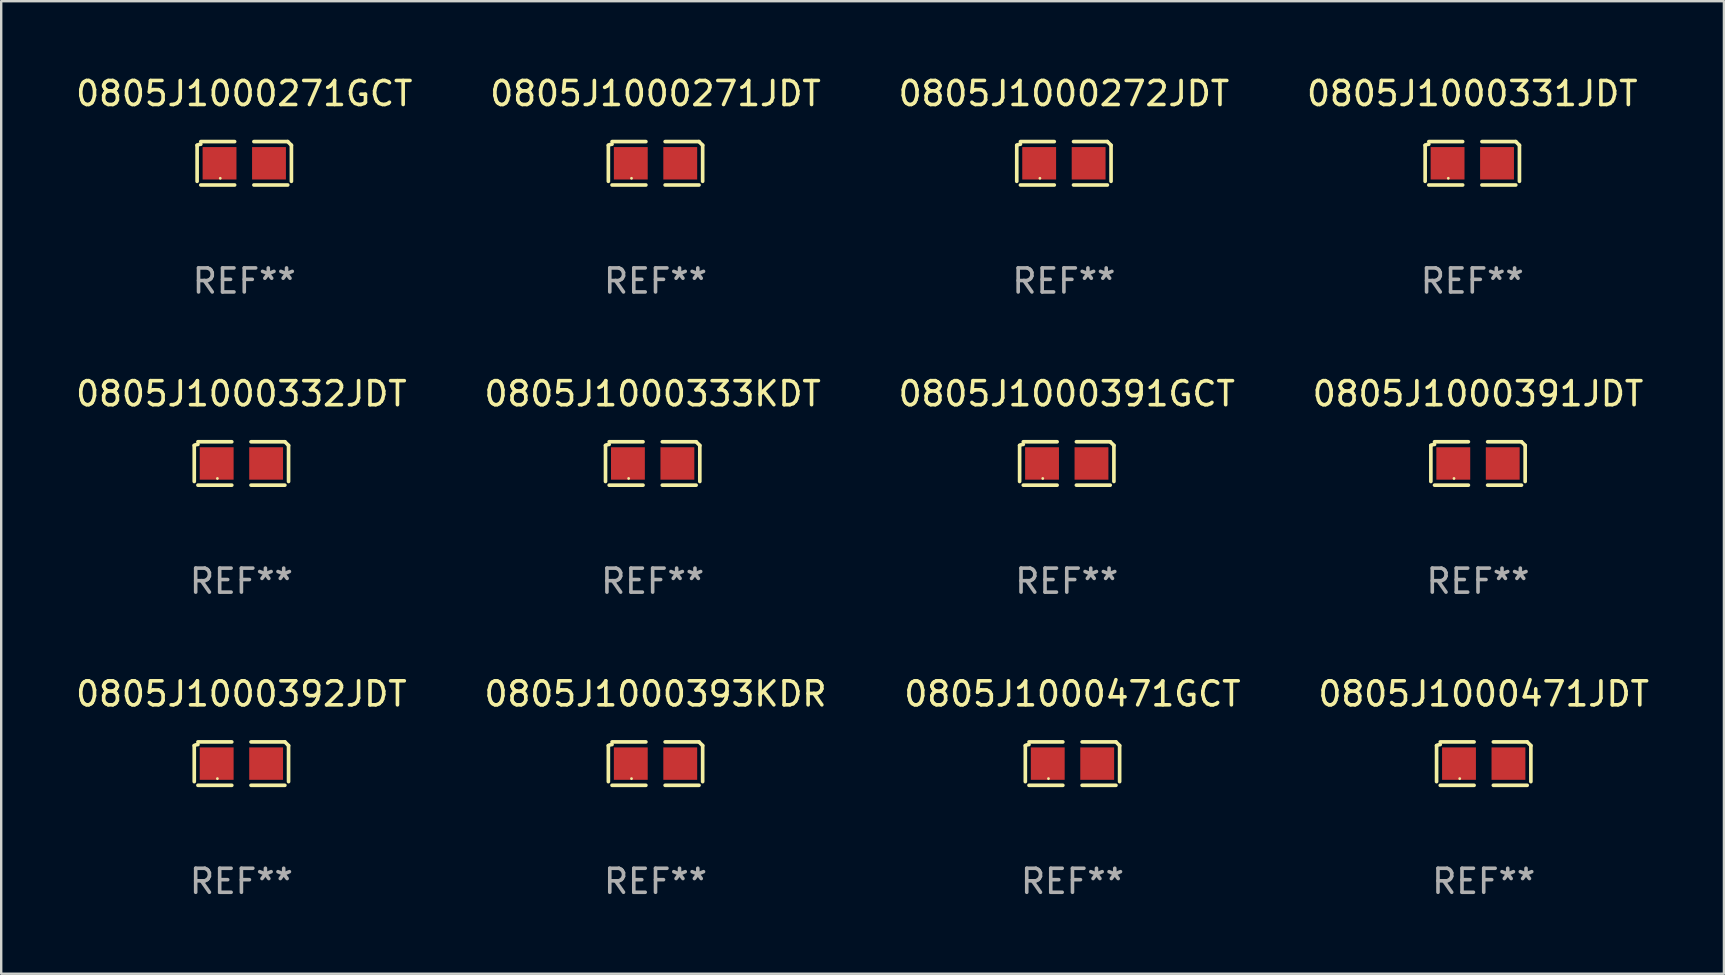
<source format=kicad_pcb>
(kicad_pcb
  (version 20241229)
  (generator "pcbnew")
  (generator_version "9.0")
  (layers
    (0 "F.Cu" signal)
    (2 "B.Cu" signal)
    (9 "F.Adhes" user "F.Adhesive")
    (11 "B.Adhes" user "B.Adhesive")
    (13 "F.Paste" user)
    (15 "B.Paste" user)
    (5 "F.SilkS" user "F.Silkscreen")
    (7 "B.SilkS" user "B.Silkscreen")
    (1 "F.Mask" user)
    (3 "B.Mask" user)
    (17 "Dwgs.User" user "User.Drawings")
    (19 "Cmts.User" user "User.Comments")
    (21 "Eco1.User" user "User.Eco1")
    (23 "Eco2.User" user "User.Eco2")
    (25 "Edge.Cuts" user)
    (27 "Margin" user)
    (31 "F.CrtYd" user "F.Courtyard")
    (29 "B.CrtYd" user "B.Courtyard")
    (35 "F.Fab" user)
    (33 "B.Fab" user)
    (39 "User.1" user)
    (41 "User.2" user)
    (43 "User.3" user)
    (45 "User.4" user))
  (footprint "0805J1000471JDT"
    (layer "F.Cu")
    (at 58.756 28.759)
    (property "Reference" "0805J1000471JDT" (at 0 -2.904 0) (layer "F.SilkS") (effects (font (size 1 1) (thickness 0.15))))
    (attr through_hole)
    (fp_line (start -1.964 0.751) (end -1.964 -0.751) (stroke (width 0.152) (type solid)) (layer "F.SilkS"))
    (fp_line (start -1.811 -0.904) (end -0.401 -0.904) (stroke (width 0.152) (type solid)) (layer "F.SilkS"))
    (fp_line (start -0.401 0.904) (end -1.811 0.904) (stroke (width 0.152) (type solid)) (layer "F.SilkS"))
    (fp_line (start 0.401 0.904) (end 1.811 0.904) (stroke (width 0.152) (type solid)) (layer "F.SilkS"))
    (fp_line (start 1.811 -0.904) (end 0.401 -0.904) (stroke (width 0.152) (type solid)) (layer "F.SilkS"))
    (fp_line (start 1.964 0.751) (end 1.964 -0.751) (stroke (width 0.152) (type solid)) (layer "F.SilkS"))
    (fp_arc (start -1.963602 -0.751207) (mid -1.890354 -0.783131) (end -1.811201 -0.794044) (stroke (width 0.1524) (type solid)) (layer "F.SilkS"))
    (fp_arc (start 1.811202 -0.903607) (mid 1.887413 -0.827418) (end 1.963602 -0.751207) (stroke (width 0.1524) (type solid)) (layer "F.SilkS"))
    (fp_circle (center -1 0.625) (end -0.97 0.625) (stroke (width 0.06) (type solid)) (fill no) (layer "F.SilkS"))
    (fp_text user "REF**" (at 0 4.904 0) (layer "F.Fab") (effects (font (size 1 1) (thickness 0.15))))
    (pad "1" smd rect (at -1.03 0) (size 1.41 1.35) (layers "F.Cu" "F.Mask" "F.Paste"))
    (pad "2" smd rect (at 1.03 0) (size 1.41 1.35) (layers "F.Cu" "F.Mask" "F.Paste")))
  (footprint "0805J1000471GCT"
    (layer "F.Cu")
    (at 41.625 28.759)
    (property "Reference" "0805J1000471GCT" (at 0 -2.904 0) (layer "F.SilkS") (effects (font (size 1 1) (thickness 0.15))))
    (attr through_hole)
    (fp_line (start -1.964 0.751) (end -1.964 -0.751) (stroke (width 0.152) (type solid)) (layer "F.SilkS"))
    (fp_line (start -1.811 -0.904) (end -0.401 -0.904) (stroke (width 0.152) (type solid)) (layer "F.SilkS"))
    (fp_line (start -0.401 0.904) (end -1.811 0.904) (stroke (width 0.152) (type solid)) (layer "F.SilkS"))
    (fp_line (start 0.401 0.904) (end 1.811 0.904) (stroke (width 0.152) (type solid)) (layer "F.SilkS"))
    (fp_line (start 1.811 -0.904) (end 0.401 -0.904) (stroke (width 0.152) (type solid)) (layer "F.SilkS"))
    (fp_line (start 1.964 0.751) (end 1.964 -0.751) (stroke (width 0.152) (type solid)) (layer "F.SilkS"))
    (fp_arc (start -1.963602 -0.751207) (mid -1.890354 -0.783131) (end -1.811201 -0.794044) (stroke (width 0.1524) (type solid)) (layer "F.SilkS"))
    (fp_arc (start 1.811202 -0.903607) (mid 1.887413 -0.827418) (end 1.963602 -0.751207) (stroke (width 0.1524) (type solid)) (layer "F.SilkS"))
    (fp_circle (center -1 0.625) (end -0.97 0.625) (stroke (width 0.06) (type solid)) (fill no) (layer "F.SilkS"))
    (fp_text user "REF**" (at 0 4.904 0) (layer "F.Fab") (effects (font (size 1 1) (thickness 0.15))))
    (pad "1" smd rect (at -1.03 0) (size 1.41 1.35) (layers "F.Cu" "F.Mask" "F.Paste"))
    (pad "2" smd rect (at 1.03 0) (size 1.41 1.35) (layers "F.Cu" "F.Mask" "F.Paste")))
  (footprint "0805J1000331JDT"
    (layer "F.Cu")
    (at 58.28 3.752)
    (property "Reference" "0805J1000331JDT" (at 0 -2.904 0) (layer "F.SilkS") (effects (font (size 1 1) (thickness 0.15))))
    (attr through_hole)
    (fp_line (start -1.964 0.751) (end -1.964 -0.751) (stroke (width 0.152) (type solid)) (layer "F.SilkS"))
    (fp_line (start -1.811 -0.904) (end -0.401 -0.904) (stroke (width 0.152) (type solid)) (layer "F.SilkS"))
    (fp_line (start -0.401 0.904) (end -1.811 0.904) (stroke (width 0.152) (type solid)) (layer "F.SilkS"))
    (fp_line (start 0.401 0.904) (end 1.811 0.904) (stroke (width 0.152) (type solid)) (layer "F.SilkS"))
    (fp_line (start 1.811 -0.904) (end 0.401 -0.904) (stroke (width 0.152) (type solid)) (layer "F.SilkS"))
    (fp_line (start 1.964 0.751) (end 1.964 -0.751) (stroke (width 0.152) (type solid)) (layer "F.SilkS"))
    (fp_arc (start -1.963602 -0.751207) (mid -1.890354 -0.783131) (end -1.811201 -0.794044) (stroke (width 0.1524) (type solid)) (layer "F.SilkS"))
    (fp_arc (start 1.811202 -0.903607) (mid 1.887413 -0.827418) (end 1.963602 -0.751207) (stroke (width 0.1524) (type solid)) (layer "F.SilkS"))
    (fp_circle (center -1 0.625) (end -0.97 0.625) (stroke (width 0.06) (type solid)) (fill no) (layer "F.SilkS"))
    (fp_text user "REF**" (at 0 4.904 0) (layer "F.Fab") (effects (font (size 1 1) (thickness 0.15))))
    (pad "1" smd rect (at -1.03 0) (size 1.41 1.35) (layers "F.Cu" "F.Mask" "F.Paste"))
    (pad "2" smd rect (at 1.03 0) (size 1.41 1.35) (layers "F.Cu" "F.Mask" "F.Paste")))
  (footprint "0805J1000332JDT"
    (layer "F.Cu")
    (at 7.006 16.256)
    (property "Reference" "0805J1000332JDT" (at 0 -2.904 0) (layer "F.SilkS") (effects (font (size 1 1) (thickness 0.15))))
    (attr through_hole)
    (fp_line (start -1.964 0.751) (end -1.964 -0.751) (stroke (width 0.152) (type solid)) (layer "F.SilkS"))
    (fp_line (start -1.811 -0.904) (end -0.401 -0.904) (stroke (width 0.152) (type solid)) (layer "F.SilkS"))
    (fp_line (start -0.401 0.904) (end -1.811 0.904) (stroke (width 0.152) (type solid)) (layer "F.SilkS"))
    (fp_line (start 0.401 0.904) (end 1.811 0.904) (stroke (width 0.152) (type solid)) (layer "F.SilkS"))
    (fp_line (start 1.811 -0.904) (end 0.401 -0.904) (stroke (width 0.152) (type solid)) (layer "F.SilkS"))
    (fp_line (start 1.964 0.751) (end 1.964 -0.751) (stroke (width 0.152) (type solid)) (layer "F.SilkS"))
    (fp_arc (start -1.963602 -0.751207) (mid -1.890354 -0.783131) (end -1.811201 -0.794044) (stroke (width 0.1524) (type solid)) (layer "F.SilkS"))
    (fp_arc (start 1.811202 -0.903607) (mid 1.887413 -0.827418) (end 1.963602 -0.751207) (stroke (width 0.1524) (type solid)) (layer "F.SilkS"))
    (fp_circle (center -1 0.625) (end -0.97 0.625) (stroke (width 0.06) (type solid)) (fill no) (layer "F.SilkS"))
    (fp_text user "REF**" (at 0 4.904 0) (layer "F.Fab") (effects (font (size 1 1) (thickness 0.15))))
    (pad "1" smd rect (at -1.03 0) (size 1.41 1.35) (layers "F.Cu" "F.Mask" "F.Paste"))
    (pad "2" smd rect (at 1.03 0) (size 1.41 1.35) (layers "F.Cu" "F.Mask" "F.Paste")))
  (footprint "0805J1000393KDR"
    (layer "F.Cu")
    (at 24.256 28.759)
    (property "Reference" "0805J1000393KDR" (at 0 -2.904 0) (layer "F.SilkS") (effects (font (size 1 1) (thickness 0.15))))
    (attr through_hole)
    (fp_line (start -1.964 0.751) (end -1.964 -0.751) (stroke (width 0.152) (type solid)) (layer "F.SilkS"))
    (fp_line (start -1.811 -0.904) (end -0.401 -0.904) (stroke (width 0.152) (type solid)) (layer "F.SilkS"))
    (fp_line (start -0.401 0.904) (end -1.811 0.904) (stroke (width 0.152) (type solid)) (layer "F.SilkS"))
    (fp_line (start 0.401 0.904) (end 1.811 0.904) (stroke (width 0.152) (type solid)) (layer "F.SilkS"))
    (fp_line (start 1.811 -0.904) (end 0.401 -0.904) (stroke (width 0.152) (type solid)) (layer "F.SilkS"))
    (fp_line (start 1.964 0.751) (end 1.964 -0.751) (stroke (width 0.152) (type solid)) (layer "F.SilkS"))
    (fp_arc (start -1.963602 -0.751207) (mid -1.890354 -0.783131) (end -1.811201 -0.794044) (stroke (width 0.1524) (type solid)) (layer "F.SilkS"))
    (fp_arc (start 1.811202 -0.903607) (mid 1.887413 -0.827418) (end 1.963602 -0.751207) (stroke (width 0.1524) (type solid)) (layer "F.SilkS"))
    (fp_circle (center -1 0.625) (end -0.97 0.625) (stroke (width 0.06) (type solid)) (fill no) (layer "F.SilkS"))
    (fp_text user "REF**" (at 0 4.904 0) (layer "F.Fab") (effects (font (size 1 1) (thickness 0.15))))
    (pad "1" smd rect (at -1.03 0) (size 1.41 1.35) (layers "F.Cu" "F.Mask" "F.Paste"))
    (pad "2" smd rect (at 1.03 0) (size 1.41 1.35) (layers "F.Cu" "F.Mask" "F.Paste")))
  (footprint "0805J1000391GCT"
    (layer "F.Cu")
    (at 41.387 16.256)
    (property "Reference" "0805J1000391GCT" (at 0 -2.904 0) (layer "F.SilkS") (effects (font (size 1 1) (thickness 0.15))))
    (attr through_hole)
    (fp_line (start -1.964 0.751) (end -1.964 -0.751) (stroke (width 0.152) (type solid)) (layer "F.SilkS"))
    (fp_line (start -1.811 -0.904) (end -0.401 -0.904) (stroke (width 0.152) (type solid)) (layer "F.SilkS"))
    (fp_line (start -0.401 0.904) (end -1.811 0.904) (stroke (width 0.152) (type solid)) (layer "F.SilkS"))
    (fp_line (start 0.401 0.904) (end 1.811 0.904) (stroke (width 0.152) (type solid)) (layer "F.SilkS"))
    (fp_line (start 1.811 -0.904) (end 0.401 -0.904) (stroke (width 0.152) (type solid)) (layer "F.SilkS"))
    (fp_line (start 1.964 0.751) (end 1.964 -0.751) (stroke (width 0.152) (type solid)) (layer "F.SilkS"))
    (fp_arc (start -1.963602 -0.751207) (mid -1.890354 -0.783131) (end -1.811201 -0.794044) (stroke (width 0.1524) (type solid)) (layer "F.SilkS"))
    (fp_arc (start 1.811202 -0.903607) (mid 1.887413 -0.827418) (end 1.963602 -0.751207) (stroke (width 0.1524) (type solid)) (layer "F.SilkS"))
    (fp_circle (center -1 0.625) (end -0.97 0.625) (stroke (width 0.06) (type solid)) (fill no) (layer "F.SilkS"))
    (fp_text user "REF**" (at 0 4.904 0) (layer "F.Fab") (effects (font (size 1 1) (thickness 0.15))))
    (pad "1" smd rect (at -1.03 0) (size 1.41 1.35) (layers "F.Cu" "F.Mask" "F.Paste"))
    (pad "2" smd rect (at 1.03 0) (size 1.41 1.35) (layers "F.Cu" "F.Mask" "F.Paste")))
  (footprint "0805J1000392JDT"
    (layer "F.Cu")
    (at 7.006 28.759)
    (property "Reference" "0805J1000392JDT" (at 0 -2.904 0) (layer "F.SilkS") (effects (font (size 1 1) (thickness 0.15))))
    (attr through_hole)
    (fp_line (start -1.964 0.751) (end -1.964 -0.751) (stroke (width 0.152) (type solid)) (layer "F.SilkS"))
    (fp_line (start -1.811 -0.904) (end -0.401 -0.904) (stroke (width 0.152) (type solid)) (layer "F.SilkS"))
    (fp_line (start -0.401 0.904) (end -1.811 0.904) (stroke (width 0.152) (type solid)) (layer "F.SilkS"))
    (fp_line (start 0.401 0.904) (end 1.811 0.904) (stroke (width 0.152) (type solid)) (layer "F.SilkS"))
    (fp_line (start 1.811 -0.904) (end 0.401 -0.904) (stroke (width 0.152) (type solid)) (layer "F.SilkS"))
    (fp_line (start 1.964 0.751) (end 1.964 -0.751) (stroke (width 0.152) (type solid)) (layer "F.SilkS"))
    (fp_arc (start -1.963602 -0.751207) (mid -1.890354 -0.783131) (end -1.811201 -0.794044) (stroke (width 0.1524) (type solid)) (layer "F.SilkS"))
    (fp_arc (start 1.811202 -0.903607) (mid 1.887413 -0.827418) (end 1.963602 -0.751207) (stroke (width 0.1524) (type solid)) (layer "F.SilkS"))
    (fp_circle (center -1 0.625) (end -0.97 0.625) (stroke (width 0.06) (type solid)) (fill no) (layer "F.SilkS"))
    (fp_text user "REF**" (at 0 4.904 0) (layer "F.Fab") (effects (font (size 1 1) (thickness 0.15))))
    (pad "1" smd rect (at -1.03 0) (size 1.41 1.35) (layers "F.Cu" "F.Mask" "F.Paste"))
    (pad "2" smd rect (at 1.03 0) (size 1.41 1.35) (layers "F.Cu" "F.Mask" "F.Paste")))
  (footprint "0805J1000333KDT"
    (layer "F.Cu")
    (at 24.137 16.256)
    (property "Reference" "0805J1000333KDT" (at 0 -2.904 0) (layer "F.SilkS") (effects (font (size 1 1) (thickness 0.15))))
    (attr through_hole)
    (fp_line (start -1.964 0.751) (end -1.964 -0.751) (stroke (width 0.152) (type solid)) (layer "F.SilkS"))
    (fp_line (start -1.811 -0.904) (end -0.401 -0.904) (stroke (width 0.152) (type solid)) (layer "F.SilkS"))
    (fp_line (start -0.401 0.904) (end -1.811 0.904) (stroke (width 0.152) (type solid)) (layer "F.SilkS"))
    (fp_line (start 0.401 0.904) (end 1.811 0.904) (stroke (width 0.152) (type solid)) (layer "F.SilkS"))
    (fp_line (start 1.811 -0.904) (end 0.401 -0.904) (stroke (width 0.152) (type solid)) (layer "F.SilkS"))
    (fp_line (start 1.964 0.751) (end 1.964 -0.751) (stroke (width 0.152) (type solid)) (layer "F.SilkS"))
    (fp_arc (start -1.963602 -0.751207) (mid -1.890354 -0.783131) (end -1.811201 -0.794044) (stroke (width 0.1524) (type solid)) (layer "F.SilkS"))
    (fp_arc (start 1.811202 -0.903607) (mid 1.887413 -0.827418) (end 1.963602 -0.751207) (stroke (width 0.1524) (type solid)) (layer "F.SilkS"))
    (fp_circle (center -1 0.625) (end -0.97 0.625) (stroke (width 0.06) (type solid)) (fill no) (layer "F.SilkS"))
    (fp_text user "REF**" (at 0 4.904 0) (layer "F.Fab") (effects (font (size 1 1) (thickness 0.15))))
    (pad "1" smd rect (at -1.03 0) (size 1.41 1.35) (layers "F.Cu" "F.Mask" "F.Paste"))
    (pad "2" smd rect (at 1.03 0) (size 1.41 1.35) (layers "F.Cu" "F.Mask" "F.Paste")))
  (footprint "0805J1000391JDT"
    (layer "F.Cu")
    (at 58.518 16.256)
    (property "Reference" "0805J1000391JDT" (at 0 -2.904 0) (layer "F.SilkS") (effects (font (size 1 1) (thickness 0.15))))
    (attr through_hole)
    (fp_line (start -1.964 0.751) (end -1.964 -0.751) (stroke (width 0.152) (type solid)) (layer "F.SilkS"))
    (fp_line (start -1.811 -0.904) (end -0.401 -0.904) (stroke (width 0.152) (type solid)) (layer "F.SilkS"))
    (fp_line (start -0.401 0.904) (end -1.811 0.904) (stroke (width 0.152) (type solid)) (layer "F.SilkS"))
    (fp_line (start 0.401 0.904) (end 1.811 0.904) (stroke (width 0.152) (type solid)) (layer "F.SilkS"))
    (fp_line (start 1.811 -0.904) (end 0.401 -0.904) (stroke (width 0.152) (type solid)) (layer "F.SilkS"))
    (fp_line (start 1.964 0.751) (end 1.964 -0.751) (stroke (width 0.152) (type solid)) (layer "F.SilkS"))
    (fp_arc (start -1.963602 -0.751207) (mid -1.890354 -0.783131) (end -1.811201 -0.794044) (stroke (width 0.1524) (type solid)) (layer "F.SilkS"))
    (fp_arc (start 1.811202 -0.903607) (mid 1.887413 -0.827418) (end 1.963602 -0.751207) (stroke (width 0.1524) (type solid)) (layer "F.SilkS"))
    (fp_circle (center -1 0.625) (end -0.97 0.625) (stroke (width 0.06) (type solid)) (fill no) (layer "F.SilkS"))
    (fp_text user "REF**" (at 0 4.904 0) (layer "F.Fab") (effects (font (size 1 1) (thickness 0.15))))
    (pad "1" smd rect (at -1.03 0) (size 1.41 1.35) (layers "F.Cu" "F.Mask" "F.Paste"))
    (pad "2" smd rect (at 1.03 0) (size 1.41 1.35) (layers "F.Cu" "F.Mask" "F.Paste")))
  (footprint "0805J1000271GCT"
    (layer "F.Cu")
    (at 7.125 3.752)
    (property "Reference" "0805J1000271GCT" (at 0 -2.904 0) (layer "F.SilkS") (effects (font (size 1 1) (thickness 0.15))))
    (attr through_hole)
    (fp_line (start -1.964 0.751) (end -1.964 -0.751) (stroke (width 0.152) (type solid)) (layer "F.SilkS"))
    (fp_line (start -1.811 -0.904) (end -0.401 -0.904) (stroke (width 0.152) (type solid)) (layer "F.SilkS"))
    (fp_line (start -0.401 0.904) (end -1.811 0.904) (stroke (width 0.152) (type solid)) (layer "F.SilkS"))
    (fp_line (start 0.401 0.904) (end 1.811 0.904) (stroke (width 0.152) (type solid)) (layer "F.SilkS"))
    (fp_line (start 1.811 -0.904) (end 0.401 -0.904) (stroke (width 0.152) (type solid)) (layer "F.SilkS"))
    (fp_line (start 1.964 0.751) (end 1.964 -0.751) (stroke (width 0.152) (type solid)) (layer "F.SilkS"))
    (fp_arc (start -1.963602 -0.751207) (mid -1.890354 -0.783131) (end -1.811201 -0.794044) (stroke (width 0.1524) (type solid)) (layer "F.SilkS"))
    (fp_arc (start 1.811202 -0.903607) (mid 1.887413 -0.827418) (end 1.963602 -0.751207) (stroke (width 0.1524) (type solid)) (layer "F.SilkS"))
    (fp_circle (center -1 0.625) (end -0.97 0.625) (stroke (width 0.06) (type solid)) (fill no) (layer "F.SilkS"))
    (fp_text user "REF**" (at 0 4.904 0) (layer "F.Fab") (effects (font (size 1 1) (thickness 0.15))))
    (pad "1" smd rect (at -1.03 0) (size 1.41 1.35) (layers "F.Cu" "F.Mask" "F.Paste"))
    (pad "2" smd rect (at 1.03 0) (size 1.41 1.35) (layers "F.Cu" "F.Mask" "F.Paste")))
  (footprint "0805J1000272JDT"
    (layer "F.Cu")
    (at 41.268 3.752)
    (property "Reference" "0805J1000272JDT" (at 0 -2.904 0) (layer "F.SilkS") (effects (font (size 1 1) (thickness 0.15))))
    (attr through_hole)
    (fp_line (start -1.964 0.751) (end -1.964 -0.751) (stroke (width 0.152) (type solid)) (layer "F.SilkS"))
    (fp_line (start -1.811 -0.904) (end -0.401 -0.904) (stroke (width 0.152) (type solid)) (layer "F.SilkS"))
    (fp_line (start -0.401 0.904) (end -1.811 0.904) (stroke (width 0.152) (type solid)) (layer "F.SilkS"))
    (fp_line (start 0.401 0.904) (end 1.811 0.904) (stroke (width 0.152) (type solid)) (layer "F.SilkS"))
    (fp_line (start 1.811 -0.904) (end 0.401 -0.904) (stroke (width 0.152) (type solid)) (layer "F.SilkS"))
    (fp_line (start 1.964 0.751) (end 1.964 -0.751) (stroke (width 0.152) (type solid)) (layer "F.SilkS"))
    (fp_arc (start -1.963602 -0.751207) (mid -1.890354 -0.783131) (end -1.811201 -0.794044) (stroke (width 0.1524) (type solid)) (layer "F.SilkS"))
    (fp_arc (start 1.811202 -0.903607) (mid 1.887413 -0.827418) (end 1.963602 -0.751207) (stroke (width 0.1524) (type solid)) (layer "F.SilkS"))
    (fp_circle (center -1 0.625) (end -0.97 0.625) (stroke (width 0.06) (type solid)) (fill no) (layer "F.SilkS"))
    (fp_text user "REF**" (at 0 4.904 0) (layer "F.Fab") (effects (font (size 1 1) (thickness 0.15))))
    (pad "1" smd rect (at -1.03 0) (size 1.41 1.35) (layers "F.Cu" "F.Mask" "F.Paste"))
    (pad "2" smd rect (at 1.03 0) (size 1.41 1.35) (layers "F.Cu" "F.Mask" "F.Paste")))
  (footprint "0805J1000271JDT"
    (layer "F.Cu")
    (at 24.256 3.752)
    (property "Reference" "0805J1000271JDT" (at 0 -2.904 0) (layer "F.SilkS") (effects (font (size 1 1) (thickness 0.15))))
    (attr through_hole)
    (fp_line (start -1.964 0.751) (end -1.964 -0.751) (stroke (width 0.152) (type solid)) (layer "F.SilkS"))
    (fp_line (start -1.811 -0.904) (end -0.401 -0.904) (stroke (width 0.152) (type solid)) (layer "F.SilkS"))
    (fp_line (start -0.401 0.904) (end -1.811 0.904) (stroke (width 0.152) (type solid)) (layer "F.SilkS"))
    (fp_line (start 0.401 0.904) (end 1.811 0.904) (stroke (width 0.152) (type solid)) (layer "F.SilkS"))
    (fp_line (start 1.811 -0.904) (end 0.401 -0.904) (stroke (width 0.152) (type solid)) (layer "F.SilkS"))
    (fp_line (start 1.964 0.751) (end 1.964 -0.751) (stroke (width 0.152) (type solid)) (layer "F.SilkS"))
    (fp_arc (start -1.963602 -0.751207) (mid -1.890354 -0.783131) (end -1.811201 -0.794044) (stroke (width 0.1524) (type solid)) (layer "F.SilkS"))
    (fp_arc (start 1.811202 -0.903607) (mid 1.887413 -0.827418) (end 1.963602 -0.751207) (stroke (width 0.1524) (type solid)) (layer "F.SilkS"))
    (fp_circle (center -1 0.625) (end -0.97 0.625) (stroke (width 0.06) (type solid)) (fill no) (layer "F.SilkS"))
    (fp_text user "REF**" (at 0 4.904 0) (layer "F.Fab") (effects (font (size 1 1) (thickness 0.15))))
    (pad "1" smd rect (at -1.03 0) (size 1.41 1.35) (layers "F.Cu" "F.Mask" "F.Paste"))
    (pad "2" smd rect (at 1.03 0) (size 1.41 1.35) (layers "F.Cu" "F.Mask" "F.Paste")))
  (gr_rect
    (start -3 -3)
    (end 68.762 37.511)
    (stroke (width 0.1) (type default))
    (fill no)
    (layer "Edge.Cuts")))
</source>
